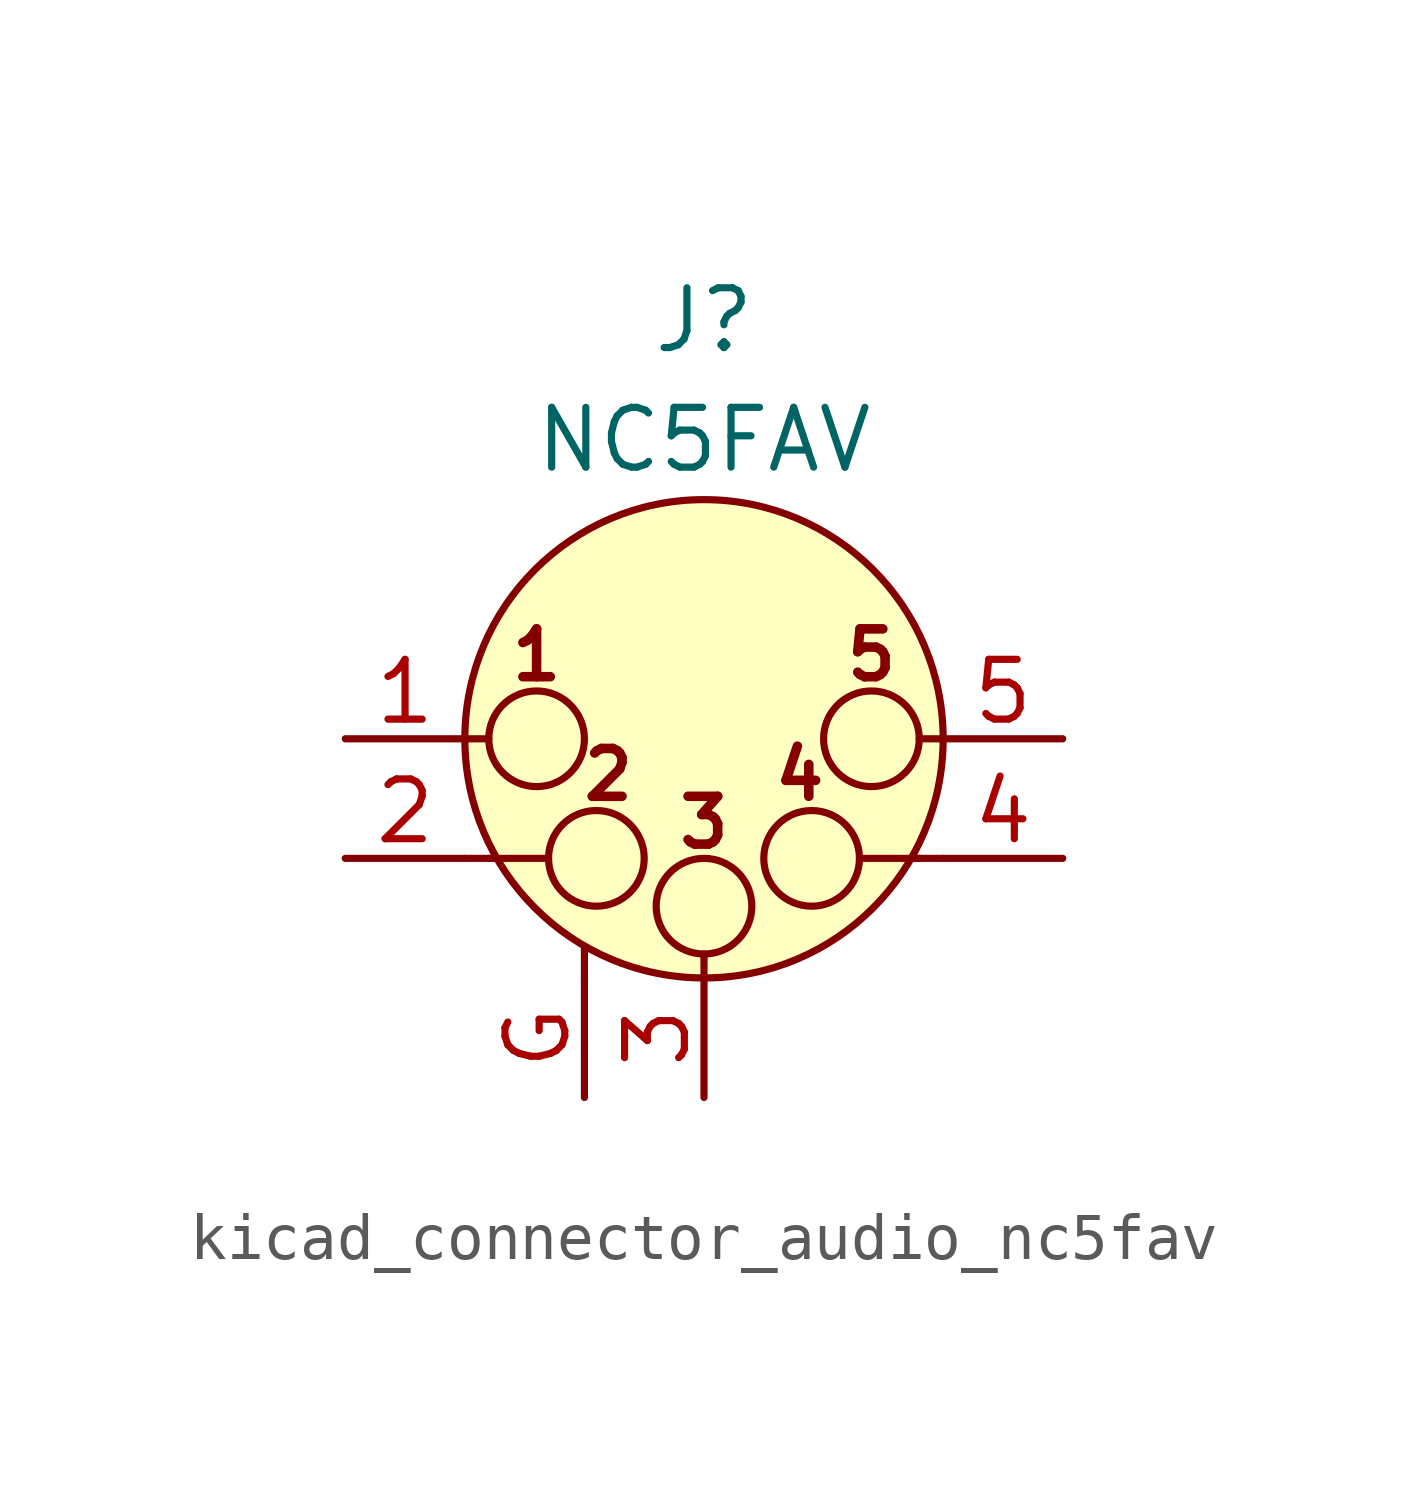
<source format=kicad_sym>
(kicad_symbol_lib
  (version 20220914)
  (generator kicad_symbol_editor)
  (symbol "kicad_connector_audio_nc5fav"
    (pin_names hide)
    (property "Reference" "J"
      (at 0 8.89 0)
      (effects (font (size 1.27 1.27))))
    (property "Value" "NC5FAV"
      (at 0 6.35 0)
      (effects (font (size 1.27 1.27))))
    (symbol "kicad_connector_audio_nc5fav_0_1"
      (circle (center -3.556 0) (radius 1.016) (stroke (width 0) (type default)) (fill (type none)))
      (circle (center -2.286 -2.54) (radius 1.016) (stroke (width 0) (type default)) (fill (type none)))
      (circle (center 0 -3.556) (radius 1.016) (stroke (width 0) (type default)) (fill (type none)))
      (polyline (pts (xy -5.08 -2.54) (xy -4.445 -2.54)) (stroke (width 0) (type default)) (fill (type none)))
      (polyline (pts (xy -5.08 0) (xy -4.572 0)) (stroke (width 0) (type default)) (fill (type none)))
      (polyline (pts (xy -4.572 -2.54) (xy -3.302 -2.54)) (stroke (width 0) (type default)) (fill (type none)))
      (polyline (pts (xy -2.54 -5.08) (xy -2.54 -4.445)) (stroke (width 0) (type default)) (fill (type none)))
      (polyline (pts (xy 0 -5.08) (xy 0 -4.572)) (stroke (width 0) (type default)) (fill (type none)))
      (polyline (pts (xy 4.572 -2.54) (xy 3.302 -2.54)) (stroke (width 0) (type default)) (fill (type none)))
      (polyline (pts (xy 5.08 -2.54) (xy 4.445 -2.54)) (stroke (width 0) (type default)) (fill (type none)))
      (polyline (pts (xy 5.08 0) (xy 4.572 0)) (stroke (width 0) (type default)) (fill (type none)))
      (circle (center 0 0) (radius 5.08) (stroke (width 0) (type default)) (fill (type background)))
      (circle (center 2.286 -2.54) (radius 1.016) (stroke (width 0) (type default)) (fill (type none)))
      (circle (center 3.556 0) (radius 1.016) (stroke (width 0) (type default)) (fill (type none)))
      (text "1" (at -3.556 1.778 0) (effects (font (size 1.016 1.016) bold)))
      (text "2" (at -2.032 -0.762 0) (effects (font (size 1.016 1.016) bold)))
      (text "3" (at 0 -1.778 0) (effects (font (size 1.016 1.016) bold)))
      (text "4" (at 2.032 -0.762 0) (effects (font (size 1.016 1.016) bold)))
      (text "5" (at 3.556 1.778 0) (effects (font (size 1.016 1.016) bold))))
    (symbol "kicad_connector_audio_nc5fav_1_1"
      (pin passive line (at -7.62 0 0) (length 2.54) (name "P1" (effects (font (size 1.27 1.27)))) (number "1" (effects (font (size 1.27 1.27)))))
      (pin passive line (at -7.62 -2.54 0) (length 2.54) (name "P2" (effects (font (size 1.27 1.27)))) (number "2" (effects (font (size 1.27 1.27)))))
      (pin passive line (at 0 -7.62 90) (length 2.54) (name "P3" (effects (font (size 1.27 1.27)))) (number "3" (effects (font (size 1.27 1.27)))))
      (pin passive line (at 7.62 -2.54 180) (length 2.54) (name "P3" (effects (font (size 1.27 1.27)))) (number "4" (effects (font (size 1.27 1.27)))))
      (pin passive line (at 7.62 0 180) (length 2.54) (name "P5" (effects (font (size 1.27 1.27)))) (number "5" (effects (font (size 1.27 1.27)))))
      (pin passive line (at -2.54 -7.62 90) (length 2.54) (name "~" (effects (font (size 1.27 1.27)))) (number "G" (effects (font (size 1.27 1.27))))))))
</source>
